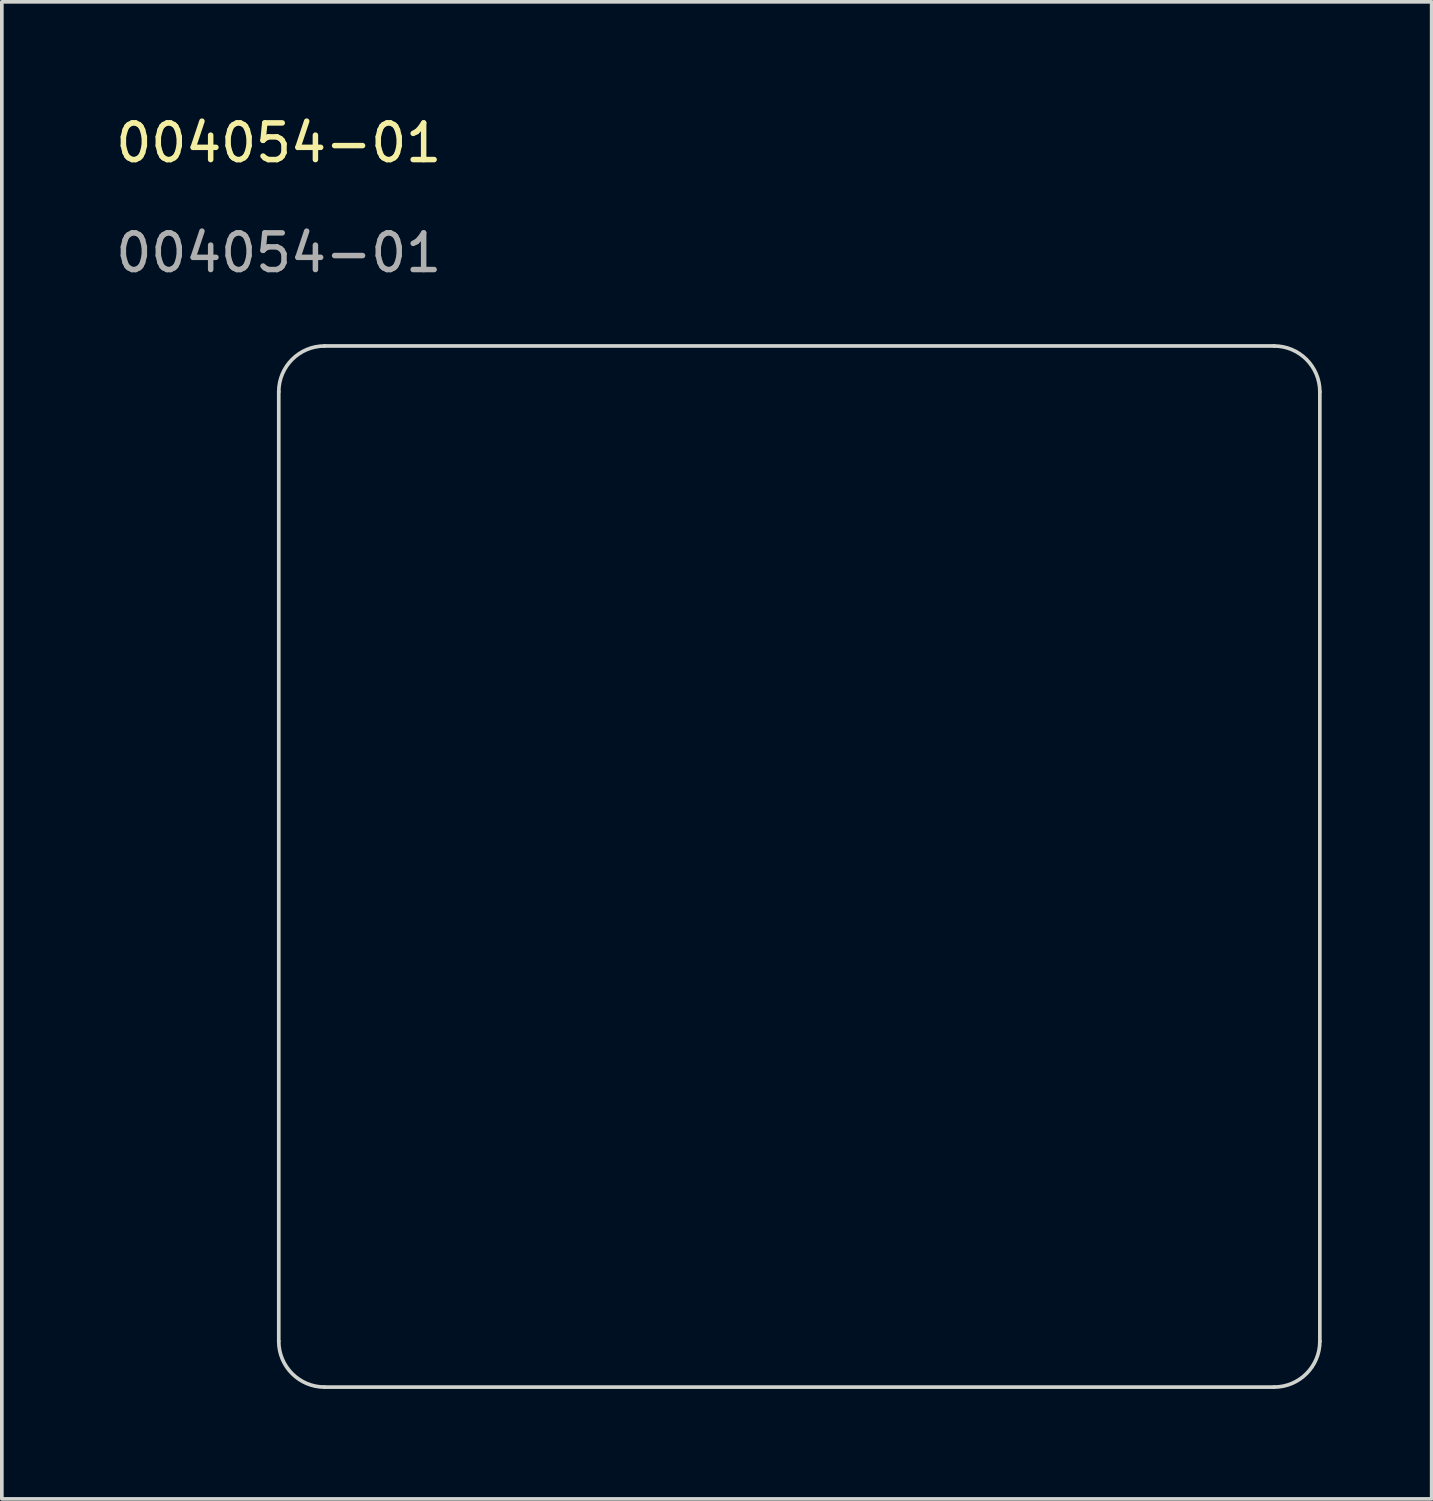
<source format=kicad_pcb>
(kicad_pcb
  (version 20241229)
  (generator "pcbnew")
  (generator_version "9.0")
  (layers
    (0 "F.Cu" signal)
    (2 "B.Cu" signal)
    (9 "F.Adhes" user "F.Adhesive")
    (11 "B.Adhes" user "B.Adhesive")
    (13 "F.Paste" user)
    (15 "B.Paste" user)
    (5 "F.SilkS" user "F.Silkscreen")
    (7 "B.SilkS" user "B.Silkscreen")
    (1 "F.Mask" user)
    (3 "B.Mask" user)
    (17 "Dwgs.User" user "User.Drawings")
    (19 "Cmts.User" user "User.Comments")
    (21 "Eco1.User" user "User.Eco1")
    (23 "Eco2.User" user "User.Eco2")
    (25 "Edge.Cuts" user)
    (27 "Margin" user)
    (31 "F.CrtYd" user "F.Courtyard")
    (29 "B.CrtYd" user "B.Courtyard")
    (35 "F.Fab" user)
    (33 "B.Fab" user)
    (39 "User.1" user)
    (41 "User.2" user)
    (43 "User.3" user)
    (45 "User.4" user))
  (footprint "004054-01"
    (layer "F.Cu")
    (at 4.554 6.388)
    (property "Reference" "004054-01" (at 0 -5.54 0) (unlocked yes) (layer "F.SilkS") (effects (font (size 1 1) (thickness 0.15))))
    (attr through_hole)
    (fp_line (start 0 27.15) (end 0 1.25) (stroke (width 0.1) (type default)) (layer "Edge.Cuts"))
    (fp_line (start 1.25 0) (end 27.15 0) (stroke (width 0.1) (type default)) (layer "Edge.Cuts"))
    (fp_line (start 27.15 28.4) (end 1.25 28.4) (stroke (width 0.1) (type default)) (layer "Edge.Cuts"))
    (fp_line (start 28.4 1.25) (end 28.4 27.15) (stroke (width 0.1) (type default)) (layer "Edge.Cuts"))
    (fp_arc (start 0 1.25) (mid 0.366116 0.366116) (end 1.25 0) (stroke (width 0.1) (type default)) (layer "Edge.Cuts"))
    (fp_arc (start 1.25 28.4) (mid 0.366116 28.033884) (end 0 27.15) (stroke (width 0.1) (type default)) (layer "Edge.Cuts"))
    (fp_arc (start 27.15 0) (mid 28.033884 0.366116) (end 28.4 1.25) (stroke (width 0.1) (type default)) (layer "Edge.Cuts"))
    (fp_arc (start 28.4 27.15) (mid 28.033884 28.033884) (end 27.15 28.4) (stroke (width 0.1) (type default)) (layer "Edge.Cuts"))
    (fp_text user "${REFERENCE}" (at 0 -2.54 0) (unlocked yes) (layer "F.Fab") (effects (font (size 1 1) (thickness 0.15)))))
  (gr_rect
    (start -3 -3)
    (end 36.004 37.838)
    (stroke (width 0.1) (type default))
    (fill no)
    (layer "Edge.Cuts")))
</source>
